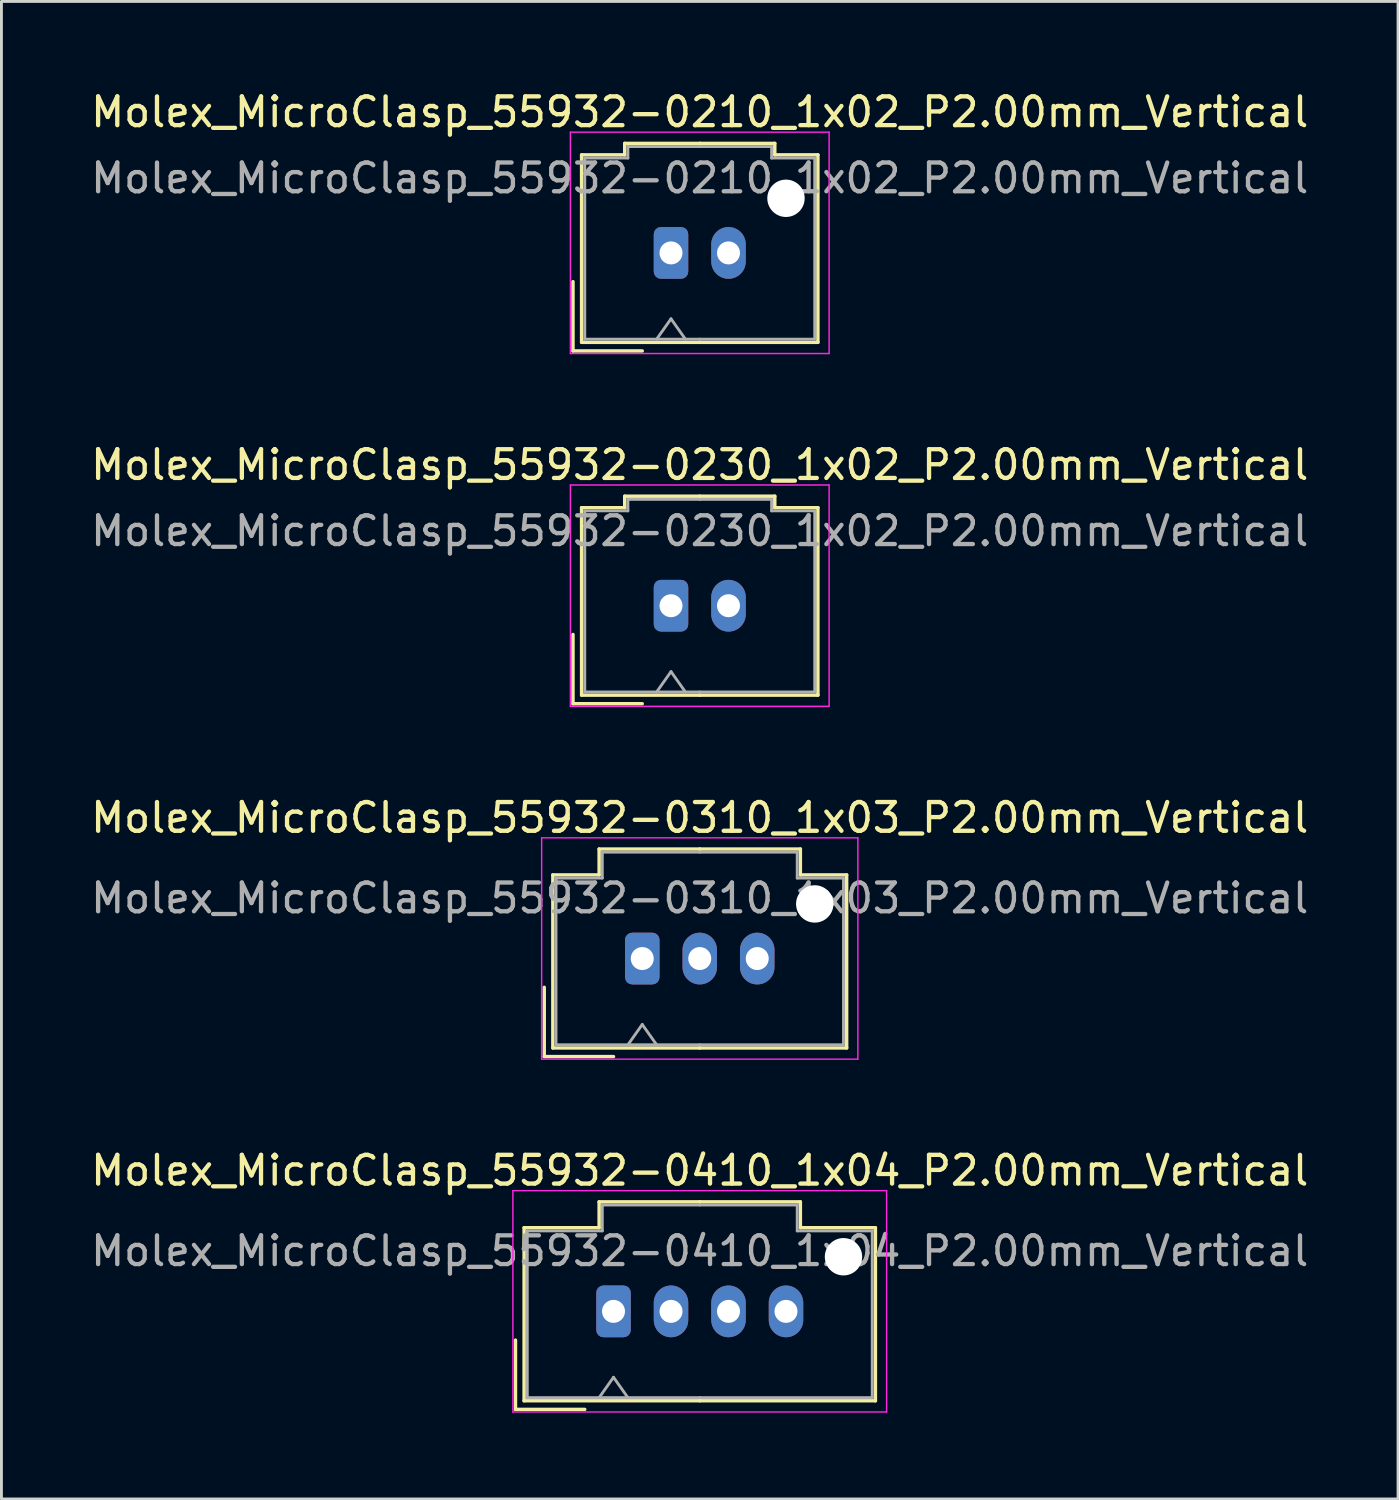
<source format=kicad_pcb>
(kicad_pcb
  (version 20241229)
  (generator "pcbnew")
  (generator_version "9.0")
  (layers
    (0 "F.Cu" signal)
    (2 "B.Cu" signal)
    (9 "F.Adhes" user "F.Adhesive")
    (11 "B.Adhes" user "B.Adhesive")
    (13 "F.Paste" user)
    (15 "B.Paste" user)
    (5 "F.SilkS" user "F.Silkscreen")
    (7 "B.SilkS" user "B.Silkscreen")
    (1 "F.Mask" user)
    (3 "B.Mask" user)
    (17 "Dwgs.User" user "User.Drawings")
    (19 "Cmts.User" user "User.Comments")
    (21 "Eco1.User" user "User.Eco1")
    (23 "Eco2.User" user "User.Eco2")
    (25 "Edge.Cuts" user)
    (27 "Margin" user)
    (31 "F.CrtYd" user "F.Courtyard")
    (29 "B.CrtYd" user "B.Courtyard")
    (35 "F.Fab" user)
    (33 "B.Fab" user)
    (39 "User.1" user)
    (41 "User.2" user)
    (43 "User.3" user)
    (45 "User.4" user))
  (footprint "Molex_MicroClasp_55932-0310_1x03_P2.00mm_Vertical"
    (layer "F.Cu")
    (at 19.292 30.295)
    (property "Reference" "Molex_MicroClasp_55932-0310_1x03_P2.00mm_Vertical" (at 2 -4.9 0) (layer "F.SilkS") (effects (font (size 1 1) (thickness 0.15))))
    (attr through_hole)
    (fp_line (start -3.41 1) (end -3.41 3.41) (stroke (width 0.12) (type solid)) (layer "F.SilkS"))
    (fp_line (start -3.41 3.41) (end -1 3.41) (stroke (width 0.12) (type solid)) (layer "F.SilkS"))
    (fp_line (start -3.11 -2.91) (end -3.11 3.11) (stroke (width 0.12) (type solid)) (layer "F.SilkS"))
    (fp_line (start -3.11 3.11) (end 2 3.11) (stroke (width 0.12) (type solid)) (layer "F.SilkS"))
    (fp_line (start -1.5 -3.81) (end -1.5 -2.91) (stroke (width 0.12) (type solid)) (layer "F.SilkS"))
    (fp_line (start -1.5 -2.91) (end -3.11 -2.91) (stroke (width 0.12) (type solid)) (layer "F.SilkS"))
    (fp_line (start 2 -3.81) (end -1.5 -3.81) (stroke (width 0.12) (type solid)) (layer "F.SilkS"))
    (fp_line (start 2 -3.81) (end 5.5 -3.81) (stroke (width 0.12) (type solid)) (layer "F.SilkS"))
    (fp_line (start 5.5 -3.81) (end 5.5 -2.91) (stroke (width 0.12) (type solid)) (layer "F.SilkS"))
    (fp_line (start 5.5 -2.91) (end 7.11 -2.91) (stroke (width 0.12) (type solid)) (layer "F.SilkS"))
    (fp_line (start 7.11 -2.91) (end 7.11 3.11) (stroke (width 0.12) (type solid)) (layer "F.SilkS"))
    (fp_line (start 7.11 3.11) (end 2 3.11) (stroke (width 0.12) (type solid)) (layer "F.SilkS"))
    (fp_line (start -3.5 -4.2) (end -3.5 3.5) (stroke (width 0.05) (type solid)) (layer "F.CrtYd"))
    (fp_line (start -3.5 3.5) (end 7.5 3.5) (stroke (width 0.05) (type solid)) (layer "F.CrtYd"))
    (fp_line (start 7.5 -4.2) (end -3.5 -4.2) (stroke (width 0.05) (type solid)) (layer "F.CrtYd"))
    (fp_line (start 7.5 3.5) (end 7.5 -4.2) (stroke (width 0.05) (type solid)) (layer "F.CrtYd"))
    (fp_line (start -3 -2.8) (end -3 3) (stroke (width 0.1) (type solid)) (layer "F.Fab"))
    (fp_line (start -3 3) (end 2 3) (stroke (width 0.1) (type solid)) (layer "F.Fab"))
    (fp_line (start -1.39 -3.7) (end -1.39 -2.8) (stroke (width 0.1) (type solid)) (layer "F.Fab"))
    (fp_line (start -1.39 -2.8) (end -3 -2.8) (stroke (width 0.1) (type solid)) (layer "F.Fab"))
    (fp_line (start -0.5 3) (end 0 2.293) (stroke (width 0.1) (type solid)) (layer "F.Fab"))
    (fp_line (start 0 2.293) (end 0.5 3) (stroke (width 0.1) (type solid)) (layer "F.Fab"))
    (fp_line (start 2 -3.7) (end -1.39 -3.7) (stroke (width 0.1) (type solid)) (layer "F.Fab"))
    (fp_line (start 2 -3.7) (end 5.39 -3.7) (stroke (width 0.1) (type solid)) (layer "F.Fab"))
    (fp_line (start 5.39 -3.7) (end 5.39 -2.8) (stroke (width 0.1) (type solid)) (layer "F.Fab"))
    (fp_line (start 5.39 -2.8) (end 7 -2.8) (stroke (width 0.1) (type solid)) (layer "F.Fab"))
    (fp_line (start 7 -2.8) (end 7 3) (stroke (width 0.1) (type solid)) (layer "F.Fab"))
    (fp_line (start 7 3) (end 2 3) (stroke (width 0.1) (type solid)) (layer "F.Fab"))
    (fp_text user "${REFERENCE}" (at 2 -2.1 0) (layer "F.Fab") (effects (font (size 1 1) (thickness 0.15))))
    (pad "" np_thru_hole circle (at 6 -1.9) (size 1.3 1.3) (drill 1.3) (layers "*.Cu" "*.Mask"))
    (pad "1" thru_hole roundrect (at 0 0) (size 1.2 1.8) (drill 0.8) (layers "*.Cu" "*.Mask") (roundrect_rratio 0.208))
    (pad "2" thru_hole oval (at 2 0) (size 1.2 1.8) (drill 0.8) (layers "*.Cu" "*.Mask"))
    (pad "3" thru_hole oval (at 4 0) (size 1.2 1.8) (drill 0.8) (layers "*.Cu" "*.Mask")))
  (footprint "Molex_MicroClasp_55932-0410_1x04_P2.00mm_Vertical"
    (layer "F.Cu")
    (at 18.292 42.568)
    (property "Reference" "Molex_MicroClasp_55932-0410_1x04_P2.00mm_Vertical" (at 3 -4.9 0) (layer "F.SilkS") (effects (font (size 1 1) (thickness 0.15))))
    (attr through_hole)
    (fp_line (start -3.41 1) (end -3.41 3.41) (stroke (width 0.12) (type solid)) (layer "F.SilkS"))
    (fp_line (start -3.41 3.41) (end -1 3.41) (stroke (width 0.12) (type solid)) (layer "F.SilkS"))
    (fp_line (start -3.11 -2.91) (end -3.11 3.11) (stroke (width 0.12) (type solid)) (layer "F.SilkS"))
    (fp_line (start -3.11 3.11) (end 3 3.11) (stroke (width 0.12) (type solid)) (layer "F.SilkS"))
    (fp_line (start -0.5 -3.81) (end -0.5 -2.91) (stroke (width 0.12) (type solid)) (layer "F.SilkS"))
    (fp_line (start -0.5 -2.91) (end -3.11 -2.91) (stroke (width 0.12) (type solid)) (layer "F.SilkS"))
    (fp_line (start 3 -3.81) (end -0.5 -3.81) (stroke (width 0.12) (type solid)) (layer "F.SilkS"))
    (fp_line (start 3 -3.81) (end 6.5 -3.81) (stroke (width 0.12) (type solid)) (layer "F.SilkS"))
    (fp_line (start 6.5 -3.81) (end 6.5 -2.91) (stroke (width 0.12) (type solid)) (layer "F.SilkS"))
    (fp_line (start 6.5 -2.91) (end 9.11 -2.91) (stroke (width 0.12) (type solid)) (layer "F.SilkS"))
    (fp_line (start 9.11 -2.91) (end 9.11 3.11) (stroke (width 0.12) (type solid)) (layer "F.SilkS"))
    (fp_line (start 9.11 3.11) (end 3 3.11) (stroke (width 0.12) (type solid)) (layer "F.SilkS"))
    (fp_line (start -3.5 -4.2) (end -3.5 3.5) (stroke (width 0.05) (type solid)) (layer "F.CrtYd"))
    (fp_line (start -3.5 3.5) (end 9.5 3.5) (stroke (width 0.05) (type solid)) (layer "F.CrtYd"))
    (fp_line (start 9.5 -4.2) (end -3.5 -4.2) (stroke (width 0.05) (type solid)) (layer "F.CrtYd"))
    (fp_line (start 9.5 3.5) (end 9.5 -4.2) (stroke (width 0.05) (type solid)) (layer "F.CrtYd"))
    (fp_line (start -3 -2.8) (end -3 3) (stroke (width 0.1) (type solid)) (layer "F.Fab"))
    (fp_line (start -3 3) (end 3 3) (stroke (width 0.1) (type solid)) (layer "F.Fab"))
    (fp_line (start -0.5 3) (end 0 2.293) (stroke (width 0.1) (type solid)) (layer "F.Fab"))
    (fp_line (start -0.39 -3.7) (end -0.39 -2.8) (stroke (width 0.1) (type solid)) (layer "F.Fab"))
    (fp_line (start -0.39 -2.8) (end -3 -2.8) (stroke (width 0.1) (type solid)) (layer "F.Fab"))
    (fp_line (start 0 2.293) (end 0.5 3) (stroke (width 0.1) (type solid)) (layer "F.Fab"))
    (fp_line (start 3 -3.7) (end -0.39 -3.7) (stroke (width 0.1) (type solid)) (layer "F.Fab"))
    (fp_line (start 3 -3.7) (end 6.39 -3.7) (stroke (width 0.1) (type solid)) (layer "F.Fab"))
    (fp_line (start 6.39 -3.7) (end 6.39 -2.8) (stroke (width 0.1) (type solid)) (layer "F.Fab"))
    (fp_line (start 6.39 -2.8) (end 9 -2.8) (stroke (width 0.1) (type solid)) (layer "F.Fab"))
    (fp_line (start 9 -2.8) (end 9 3) (stroke (width 0.1) (type solid)) (layer "F.Fab"))
    (fp_line (start 9 3) (end 3 3) (stroke (width 0.1) (type solid)) (layer "F.Fab"))
    (fp_text user "${REFERENCE}" (at 3 -2.1 0) (layer "F.Fab") (effects (font (size 1 1) (thickness 0.15))))
    (pad "" np_thru_hole circle (at 8 -1.9) (size 1.3 1.3) (drill 1.3) (layers "*.Cu" "*.Mask"))
    (pad "1" thru_hole roundrect (at 0 0) (size 1.2 1.8) (drill 0.8) (layers "*.Cu" "*.Mask") (roundrect_rratio 0.208))
    (pad "2" thru_hole oval (at 2 0) (size 1.2 1.8) (drill 0.8) (layers "*.Cu" "*.Mask"))
    (pad "3" thru_hole oval (at 4 0) (size 1.2 1.8) (drill 0.8) (layers "*.Cu" "*.Mask"))
    (pad "4" thru_hole oval (at 6 0) (size 1.2 1.8) (drill 0.8) (layers "*.Cu" "*.Mask")))
  (footprint "Molex_MicroClasp_55932-0230_1x02_P2.00mm_Vertical"
    (layer "F.Cu")
    (at 20.292 18.021)
    (property "Reference" "Molex_MicroClasp_55932-0230_1x02_P2.00mm_Vertical" (at 1 -4.9 0) (layer "F.SilkS") (effects (font (size 1 1) (thickness 0.15))))
    (attr through_hole)
    (fp_line (start -3.41 1) (end -3.41 3.41) (stroke (width 0.12) (type solid)) (layer "F.SilkS"))
    (fp_line (start -3.41 3.41) (end -1 3.41) (stroke (width 0.12) (type solid)) (layer "F.SilkS"))
    (fp_line (start -3.11 -3.41) (end -3.11 3.11) (stroke (width 0.12) (type solid)) (layer "F.SilkS"))
    (fp_line (start -3.11 3.11) (end 1 3.11) (stroke (width 0.12) (type solid)) (layer "F.SilkS"))
    (fp_line (start -1.61 -3.81) (end -1.61 -3.41) (stroke (width 0.12) (type solid)) (layer "F.SilkS"))
    (fp_line (start -1.61 -3.41) (end -3.11 -3.41) (stroke (width 0.12) (type solid)) (layer "F.SilkS"))
    (fp_line (start 1 -3.81) (end -1.61 -3.81) (stroke (width 0.12) (type solid)) (layer "F.SilkS"))
    (fp_line (start 1 -3.81) (end 3.61 -3.81) (stroke (width 0.12) (type solid)) (layer "F.SilkS"))
    (fp_line (start 3.61 -3.81) (end 3.61 -3.41) (stroke (width 0.12) (type solid)) (layer "F.SilkS"))
    (fp_line (start 3.61 -3.41) (end 5.11 -3.41) (stroke (width 0.12) (type solid)) (layer "F.SilkS"))
    (fp_line (start 5.11 -3.41) (end 5.11 3.11) (stroke (width 0.12) (type solid)) (layer "F.SilkS"))
    (fp_line (start 5.11 3.11) (end 1 3.11) (stroke (width 0.12) (type solid)) (layer "F.SilkS"))
    (fp_line (start -3.5 -4.2) (end -3.5 3.5) (stroke (width 0.05) (type solid)) (layer "F.CrtYd"))
    (fp_line (start -3.5 3.5) (end 5.5 3.5) (stroke (width 0.05) (type solid)) (layer "F.CrtYd"))
    (fp_line (start 5.5 -4.2) (end -3.5 -4.2) (stroke (width 0.05) (type solid)) (layer "F.CrtYd"))
    (fp_line (start 5.5 3.5) (end 5.5 -4.2) (stroke (width 0.05) (type solid)) (layer "F.CrtYd"))
    (fp_line (start -3 -3.3) (end -3 3) (stroke (width 0.1) (type solid)) (layer "F.Fab"))
    (fp_line (start -3 3) (end 1 3) (stroke (width 0.1) (type solid)) (layer "F.Fab"))
    (fp_line (start -1.5 -3.7) (end -1.5 -3.3) (stroke (width 0.1) (type solid)) (layer "F.Fab"))
    (fp_line (start -1.5 -3.3) (end -3 -3.3) (stroke (width 0.1) (type solid)) (layer "F.Fab"))
    (fp_line (start -0.5 3) (end 0 2.293) (stroke (width 0.1) (type solid)) (layer "F.Fab"))
    (fp_line (start 0 2.293) (end 0.5 3) (stroke (width 0.1) (type solid)) (layer "F.Fab"))
    (fp_line (start 1 -3.7) (end -1.5 -3.7) (stroke (width 0.1) (type solid)) (layer "F.Fab"))
    (fp_line (start 1 -3.7) (end 3.5 -3.7) (stroke (width 0.1) (type solid)) (layer "F.Fab"))
    (fp_line (start 3.5 -3.7) (end 3.5 -3.3) (stroke (width 0.1) (type solid)) (layer "F.Fab"))
    (fp_line (start 3.5 -3.3) (end 5 -3.3) (stroke (width 0.1) (type solid)) (layer "F.Fab"))
    (fp_line (start 5 -3.3) (end 5 3) (stroke (width 0.1) (type solid)) (layer "F.Fab"))
    (fp_line (start 5 3) (end 1 3) (stroke (width 0.1) (type solid)) (layer "F.Fab"))
    (fp_text user "${REFERENCE}" (at 1 -2.6 0) (layer "F.Fab") (effects (font (size 1 1) (thickness 0.15))))
    (pad "1" thru_hole roundrect (at 0 0) (size 1.2 1.8) (drill 0.8) (layers "*.Cu" "*.Mask") (roundrect_rratio 0.208))
    (pad "2" thru_hole oval (at 2 0) (size 1.2 1.8) (drill 0.8) (layers "*.Cu" "*.Mask")))
  (footprint "Molex_MicroClasp_55932-0210_1x02_P2.00mm_Vertical"
    (layer "F.Cu")
    (at 20.292 5.748)
    (property "Reference" "Molex_MicroClasp_55932-0210_1x02_P2.00mm_Vertical" (at 1 -4.9 0) (layer "F.SilkS") (effects (font (size 1 1) (thickness 0.15))))
    (attr through_hole)
    (fp_line (start -3.41 1) (end -3.41 3.41) (stroke (width 0.12) (type solid)) (layer "F.SilkS"))
    (fp_line (start -3.41 3.41) (end -1 3.41) (stroke (width 0.12) (type solid)) (layer "F.SilkS"))
    (fp_line (start -3.11 -3.41) (end -3.11 3.11) (stroke (width 0.12) (type solid)) (layer "F.SilkS"))
    (fp_line (start -3.11 3.11) (end 1 3.11) (stroke (width 0.12) (type solid)) (layer "F.SilkS"))
    (fp_line (start -1.61 -3.81) (end -1.61 -3.41) (stroke (width 0.12) (type solid)) (layer "F.SilkS"))
    (fp_line (start -1.61 -3.41) (end -3.11 -3.41) (stroke (width 0.12) (type solid)) (layer "F.SilkS"))
    (fp_line (start 1 -3.81) (end -1.61 -3.81) (stroke (width 0.12) (type solid)) (layer "F.SilkS"))
    (fp_line (start 1 -3.81) (end 3.61 -3.81) (stroke (width 0.12) (type solid)) (layer "F.SilkS"))
    (fp_line (start 3.61 -3.81) (end 3.61 -3.41) (stroke (width 0.12) (type solid)) (layer "F.SilkS"))
    (fp_line (start 3.61 -3.41) (end 5.11 -3.41) (stroke (width 0.12) (type solid)) (layer "F.SilkS"))
    (fp_line (start 5.11 -3.41) (end 5.11 3.11) (stroke (width 0.12) (type solid)) (layer "F.SilkS"))
    (fp_line (start 5.11 3.11) (end 1 3.11) (stroke (width 0.12) (type solid)) (layer "F.SilkS"))
    (fp_line (start -3.5 -4.2) (end -3.5 3.5) (stroke (width 0.05) (type solid)) (layer "F.CrtYd"))
    (fp_line (start -3.5 3.5) (end 5.5 3.5) (stroke (width 0.05) (type solid)) (layer "F.CrtYd"))
    (fp_line (start 5.5 -4.2) (end -3.5 -4.2) (stroke (width 0.05) (type solid)) (layer "F.CrtYd"))
    (fp_line (start 5.5 3.5) (end 5.5 -4.2) (stroke (width 0.05) (type solid)) (layer "F.CrtYd"))
    (fp_line (start -3 -3.3) (end -3 3) (stroke (width 0.1) (type solid)) (layer "F.Fab"))
    (fp_line (start -3 3) (end 1 3) (stroke (width 0.1) (type solid)) (layer "F.Fab"))
    (fp_line (start -1.5 -3.7) (end -1.5 -3.3) (stroke (width 0.1) (type solid)) (layer "F.Fab"))
    (fp_line (start -1.5 -3.3) (end -3 -3.3) (stroke (width 0.1) (type solid)) (layer "F.Fab"))
    (fp_line (start -0.5 3) (end 0 2.293) (stroke (width 0.1) (type solid)) (layer "F.Fab"))
    (fp_line (start 0 2.293) (end 0.5 3) (stroke (width 0.1) (type solid)) (layer "F.Fab"))
    (fp_line (start 1 -3.7) (end -1.5 -3.7) (stroke (width 0.1) (type solid)) (layer "F.Fab"))
    (fp_line (start 1 -3.7) (end 3.5 -3.7) (stroke (width 0.1) (type solid)) (layer "F.Fab"))
    (fp_line (start 3.5 -3.7) (end 3.5 -3.3) (stroke (width 0.1) (type solid)) (layer "F.Fab"))
    (fp_line (start 3.5 -3.3) (end 5 -3.3) (stroke (width 0.1) (type solid)) (layer "F.Fab"))
    (fp_line (start 5 -3.3) (end 5 3) (stroke (width 0.1) (type solid)) (layer "F.Fab"))
    (fp_line (start 5 3) (end 1 3) (stroke (width 0.1) (type solid)) (layer "F.Fab"))
    (fp_text user "${REFERENCE}" (at 1 -2.6 0) (layer "F.Fab") (effects (font (size 1 1) (thickness 0.15))))
    (pad "" np_thru_hole circle (at 4 -1.9) (size 1.3 1.3) (drill 1.3) (layers "*.Cu" "*.Mask"))
    (pad "1" thru_hole roundrect (at 0 0) (size 1.2 1.8) (drill 0.8) (layers "*.Cu" "*.Mask") (roundrect_rratio 0.208))
    (pad "2" thru_hole oval (at 2 0) (size 1.2 1.8) (drill 0.8) (layers "*.Cu" "*.Mask")))
  (gr_rect
    (start -3 -3)
    (end 45.583 49.093)
    (stroke (width 0.1) (type default))
    (fill no)
    (layer "Edge.Cuts")))
</source>
